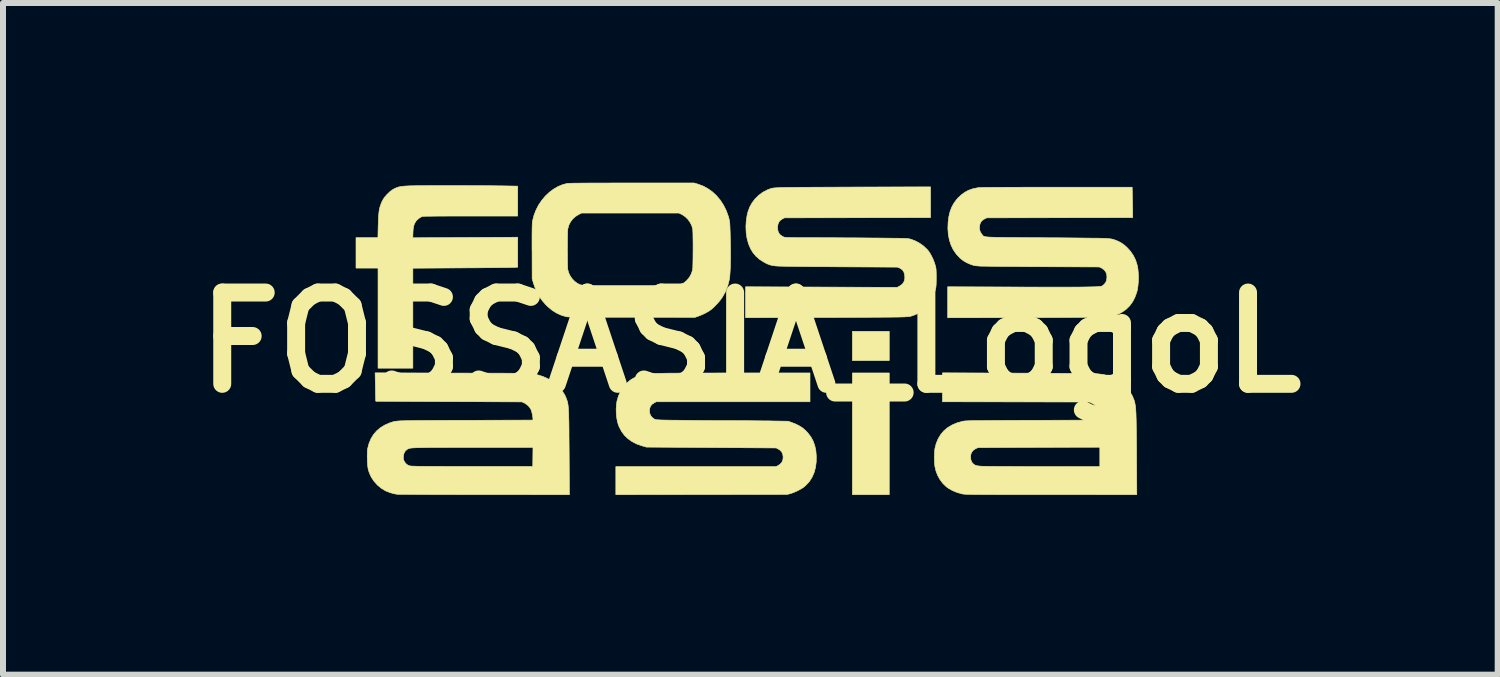
<source format=kicad_pcb>
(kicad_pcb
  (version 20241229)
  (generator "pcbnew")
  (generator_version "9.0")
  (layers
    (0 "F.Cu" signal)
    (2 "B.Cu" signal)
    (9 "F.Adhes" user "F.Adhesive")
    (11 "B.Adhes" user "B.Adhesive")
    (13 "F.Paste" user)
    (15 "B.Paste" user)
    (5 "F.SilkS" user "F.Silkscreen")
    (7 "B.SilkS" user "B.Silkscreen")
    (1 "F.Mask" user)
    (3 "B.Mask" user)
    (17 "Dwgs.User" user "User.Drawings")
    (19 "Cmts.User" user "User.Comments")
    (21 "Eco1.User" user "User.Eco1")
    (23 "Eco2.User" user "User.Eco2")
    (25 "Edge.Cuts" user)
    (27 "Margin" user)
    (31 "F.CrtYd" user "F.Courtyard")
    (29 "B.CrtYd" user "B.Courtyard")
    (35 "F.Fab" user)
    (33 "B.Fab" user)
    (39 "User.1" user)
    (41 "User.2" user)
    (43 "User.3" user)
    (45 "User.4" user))
  (footprint "FOSSASIA_LogoL"
    (layer "F.Cu")
    (at 9.478 2.669)
    (property "Reference" "FOSSASIA_LogoL" (at 0 0 0) (layer "F.SilkS") (effects (font (size 1.524 1.524) (thickness 0.3))))
    (attr through_hole)
    (fp_poly (pts (xy 2.319 0.301) (xy 1.704 0.301) (xy 1.704 -0.187) (xy 2.319 -0.187) (xy 2.319 0.301)) (stroke (width 0.01) (type solid)) (fill yes) (layer "F.SilkS"))
    (fp_poly (pts (xy 2.319 2.54) (xy 1.704 2.54) (xy 1.704 0.508) (xy 2.319 0.508) (xy 2.319 2.54)) (stroke (width 0.01) (type solid)) (fill yes) (layer "F.SilkS"))
    (fp_poly (pts (xy -4.967 -2.62) (xy -4.867 -2.62) (xy -4.766 -2.62) (xy -4.667 -2.619) (xy -4.572 -2.619) (xy -4.481 -2.619) (xy -4.396 -2.618) (xy -4.319 -2.618) (xy -4.25 -2.617) (xy -4.193 -2.616) (xy -4.149 -2.616) (xy -3.884 -2.611) (xy -3.884 -2.112) (xy -4.667 -2.112) (xy -4.796 -2.112) (xy -4.914 -2.112) (xy -5.022 -2.112) (xy -5.119 -2.111) (xy -5.205 -2.111) (xy -5.28 -2.11) (xy -5.344 -2.109) (xy -5.395 -2.109) (xy -5.434 -2.108) (xy -5.46 -2.107) (xy -5.474 -2.106) (xy -5.475 -2.106) (xy -5.503 -2.093) (xy -5.534 -2.073) (xy -5.563 -2.048) (xy -5.582 -2.027) (xy -5.601 -1.996) (xy -5.616 -1.963) (xy -5.625 -1.925) (xy -5.631 -1.878) (xy -5.633 -1.835) (xy -5.636 -1.749) (xy -3.884 -1.758) (xy -3.884 -1.258) (xy -3.979 -1.254) (xy -3.998 -1.254) (xy -4.03 -1.253) (xy -4.073 -1.252) (xy -4.126 -1.252) (xy -4.189 -1.251) (xy -4.261 -1.25) (xy -4.34 -1.249) (xy -4.425 -1.249) (xy -4.517 -1.248) (xy -4.613 -1.247) (xy -4.712 -1.247) (xy -4.815 -1.246) (xy -4.854 -1.246) (xy -5.635 -1.241) (xy -5.635 0.428) (xy -6.216 0.428) (xy -6.216 -1.243) (xy -6.584 -1.243) (xy -6.584 -1.751) (xy -6.218 -1.751) (xy -6.214 -1.933) (xy -6.211 -2.004) (xy -6.209 -2.064) (xy -6.207 -2.113) (xy -6.203 -2.155) (xy -6.199 -2.19) (xy -6.194 -2.221) (xy -6.188 -2.248) (xy -6.18 -2.276) (xy -6.175 -2.289) (xy -6.156 -2.342) (xy -6.133 -2.386) (xy -6.106 -2.427) (xy -6.07 -2.468) (xy -6.064 -2.474) (xy -6.021 -2.516) (xy -5.98 -2.548) (xy -5.94 -2.571) (xy -5.902 -2.587) (xy -5.886 -2.592) (xy -5.87 -2.597) (xy -5.854 -2.601) (xy -5.836 -2.604) (xy -5.815 -2.607) (xy -5.791 -2.61) (xy -5.763 -2.612) (xy -5.73 -2.614) (xy -5.692 -2.616) (xy -5.647 -2.617) (xy -5.594 -2.618) (xy -5.533 -2.619) (xy -5.463 -2.619) (xy -5.383 -2.62) (xy -5.292 -2.62) (xy -5.19 -2.62) (xy -5.075 -2.62) (xy -5.067 -2.62) (xy -4.967 -2.62)) (stroke (width 0.01) (type solid)) (fill yes) (layer "F.SilkS"))
    (fp_poly (pts (xy 0.996 0.989) (xy -1.571 0.989) (xy -1.603 1.005) (xy -1.64 1.03) (xy -1.666 1.06) (xy -1.68 1.098) (xy -1.684 1.14) (xy -1.679 1.186) (xy -1.661 1.225) (xy -1.633 1.257) (xy -1.601 1.279) (xy -1.594 1.282) (xy -1.587 1.284) (xy -1.578 1.287) (xy -1.566 1.289) (xy -1.549 1.29) (xy -1.527 1.291) (xy -1.498 1.293) (xy -1.462 1.294) (xy -1.416 1.295) (xy -1.361 1.296) (xy -1.293 1.297) (xy -1.247 1.297) (xy -1.182 1.298) (xy -1.107 1.299) (xy -1.023 1.3) (xy -0.931 1.301) (xy -0.835 1.302) (xy -0.736 1.302) (xy -0.637 1.303) (xy -0.539 1.303) (xy -0.445 1.304) (xy -0.414 1.304) (xy -0.324 1.304) (xy -0.232 1.304) (xy -0.138 1.305) (xy -0.045 1.305) (xy 0.045 1.306) (xy 0.13 1.307) (xy 0.208 1.308) (xy 0.278 1.308) (xy 0.337 1.309) (xy 0.361 1.31) (xy 0.632 1.314) (xy 0.685 1.333) (xy 0.757 1.361) (xy 0.819 1.392) (xy 0.873 1.427) (xy 0.923 1.47) (xy 0.963 1.513) (xy 1.011 1.576) (xy 1.048 1.645) (xy 1.075 1.719) (xy 1.093 1.8) (xy 1.101 1.891) (xy 1.101 1.892) (xy 1.1 1.993) (xy 1.088 2.085) (xy 1.065 2.17) (xy 1.031 2.248) (xy 0.987 2.318) (xy 0.931 2.379) (xy 0.901 2.407) (xy 0.865 2.432) (xy 0.82 2.458) (xy 0.771 2.483) (xy 0.72 2.505) (xy 0.673 2.521) (xy 0.672 2.521) (xy 0.618 2.536) (xy -0.814 2.538) (xy -2.246 2.54) (xy -2.246 2.072) (xy 0.428 2.072) (xy 0.46 2.056) (xy 0.499 2.03) (xy 0.527 1.998) (xy 0.543 1.959) (xy 0.548 1.915) (xy 0.542 1.869) (xy 0.526 1.83) (xy 0.497 1.798) (xy 0.461 1.775) (xy 0.431 1.76) (xy -1.735 1.746) (xy -1.808 1.725) (xy -1.897 1.694) (xy -1.975 1.654) (xy -2.044 1.605) (xy -2.103 1.548) (xy -2.152 1.481) (xy -2.191 1.406) (xy -2.207 1.364) (xy -2.222 1.307) (xy -2.233 1.242) (xy -2.239 1.172) (xy -2.24 1.102) (xy -2.235 1.034) (xy -2.227 0.979) (xy -2.203 0.895) (xy -2.168 0.816) (xy -2.123 0.745) (xy -2.069 0.682) (xy -2.006 0.629) (xy -1.996 0.622) (xy -1.965 0.603) (xy -1.925 0.582) (xy -1.882 0.563) (xy -1.84 0.546) (xy -1.804 0.533) (xy -1.798 0.532) (xy -1.786 0.529) (xy -1.77 0.527) (xy -1.749 0.524) (xy -1.724 0.522) (xy -1.694 0.52) (xy -1.658 0.519) (xy -1.616 0.517) (xy -1.567 0.516) (xy -1.511 0.515) (xy -1.447 0.513) (xy -1.375 0.512) (xy -1.295 0.512) (xy -1.205 0.511) (xy -1.106 0.51) (xy -0.996 0.51) (xy -0.876 0.509) (xy -0.745 0.509) (xy -0.602 0.509) (xy -0.447 0.508) (xy -0.28 0.508) (xy -0.175 0.508) (xy 0.996 0.508) (xy 0.996 0.989)) (stroke (width 0.01) (type solid)) (fill yes) (layer "F.SilkS"))
    (fp_poly (pts (xy 4.457 0.511) (xy 4.586 0.511) (xy 4.713 0.512) (xy 4.837 0.513) (xy 4.956 0.513) (xy 5.07 0.514) (xy 5.179 0.515) (xy 5.282 0.515) (xy 5.377 0.516) (xy 5.464 0.517) (xy 5.543 0.518) (xy 5.613 0.518) (xy 5.673 0.519) (xy 5.722 0.52) (xy 5.76 0.521) (xy 5.786 0.521) (xy 5.797 0.522) (xy 5.897 0.535) (xy 5.991 0.56) (xy 6.082 0.599) (xy 6.165 0.647) (xy 6.23 0.699) (xy 6.289 0.758) (xy 6.339 0.824) (xy 6.38 0.895) (xy 6.409 0.968) (xy 6.42 1.009) (xy 6.423 1.028) (xy 6.427 1.048) (xy 6.43 1.07) (xy 6.433 1.095) (xy 6.435 1.124) (xy 6.437 1.157) (xy 6.439 1.195) (xy 6.44 1.24) (xy 6.442 1.292) (xy 6.443 1.351) (xy 6.444 1.419) (xy 6.445 1.497) (xy 6.446 1.585) (xy 6.447 1.684) (xy 6.448 1.796) (xy 6.448 1.877) (xy 6.452 2.54) (xy 5.019 2.539) (xy 4.856 2.539) (xy 4.705 2.539) (xy 4.566 2.539) (xy 4.44 2.539) (xy 4.324 2.539) (xy 4.219 2.539) (xy 4.124 2.539) (xy 4.039 2.538) (xy 3.963 2.538) (xy 3.895 2.538) (xy 3.835 2.537) (xy 3.783 2.537) (xy 3.737 2.537) (xy 3.698 2.536) (xy 3.665 2.535) (xy 3.637 2.535) (xy 3.613 2.534) (xy 3.594 2.533) (xy 3.578 2.532) (xy 3.565 2.531) (xy 3.555 2.53) (xy 3.546 2.529) (xy 3.539 2.528) (xy 3.536 2.527) (xy 3.451 2.503) (xy 3.377 2.473) (xy 3.311 2.436) (xy 3.271 2.407) (xy 3.216 2.354) (xy 3.168 2.291) (xy 3.128 2.22) (xy 3.099 2.144) (xy 3.081 2.068) (xy 3.078 2.039) (xy 3.075 2) (xy 3.074 1.956) (xy 3.074 1.911) (xy 3.676 1.911) (xy 3.682 1.958) (xy 3.697 1.997) (xy 3.723 2.027) (xy 3.752 2.047) (xy 3.769 2.053) (xy 3.79 2.058) (xy 3.819 2.062) (xy 3.859 2.065) (xy 3.86 2.065) (xy 3.876 2.066) (xy 3.905 2.066) (xy 3.945 2.067) (xy 3.997 2.068) (xy 4.058 2.068) (xy 4.128 2.069) (xy 4.207 2.069) (xy 4.294 2.069) (xy 4.387 2.07) (xy 4.485 2.07) (xy 4.589 2.071) (xy 4.697 2.071) (xy 4.808 2.071) (xy 4.888 2.071) (xy 5.835 2.072) (xy 5.835 1.748) (xy 5.095 1.749) (xy 4.99 1.75) (xy 4.884 1.75) (xy 4.778 1.75) (xy 4.674 1.751) (xy 4.573 1.751) (xy 4.477 1.751) (xy 4.386 1.752) (xy 4.303 1.752) (xy 4.228 1.752) (xy 4.162 1.753) (xy 4.108 1.753) (xy 4.077 1.753) (xy 3.8 1.755) (xy 3.762 1.772) (xy 3.725 1.796) (xy 3.697 1.828) (xy 3.681 1.868) (xy 3.676 1.911) (xy 3.074 1.911) (xy 3.074 1.909) (xy 3.074 1.863) (xy 3.076 1.822) (xy 3.079 1.789) (xy 3.081 1.773) (xy 3.103 1.686) (xy 3.136 1.607) (xy 3.179 1.536) (xy 3.231 1.474) (xy 3.294 1.421) (xy 3.367 1.377) (xy 3.449 1.342) (xy 3.541 1.316) (xy 3.559 1.313) (xy 3.568 1.311) (xy 3.578 1.31) (xy 3.591 1.309) (xy 3.608 1.308) (xy 3.629 1.307) (xy 3.655 1.306) (xy 3.685 1.305) (xy 3.722 1.304) (xy 3.766 1.304) (xy 3.816 1.303) (xy 3.874 1.303) (xy 3.941 1.302) (xy 4.016 1.302) (xy 4.101 1.301) (xy 4.196 1.301) (xy 4.302 1.3) (xy 4.42 1.3) (xy 4.549 1.299) (xy 4.691 1.299) (xy 4.727 1.299) (xy 5.841 1.295) (xy 5.837 1.254) (xy 5.829 1.19) (xy 5.815 1.136) (xy 5.793 1.092) (xy 5.765 1.057) (xy 5.728 1.028) (xy 5.695 1.01) (xy 5.658 0.993) (xy 4.433 0.991) (xy 3.208 0.989) (xy 3.208 0.506) (xy 4.457 0.511)) (stroke (width 0.01) (type solid)) (fill yes) (layer "F.SilkS"))
    (fp_poly (pts (xy 3.008 -2.086) (xy 1.79 -2.084) (xy 0.572 -2.082) (xy 0.54 -2.067) (xy 0.504 -2.044) (xy 0.479 -2.016) (xy 0.463 -1.98) (xy 0.455 -1.936) (xy 0.455 -1.912) (xy 0.46 -1.865) (xy 0.476 -1.826) (xy 0.502 -1.795) (xy 0.541 -1.77) (xy 0.554 -1.764) (xy 0.56 -1.761) (xy 0.567 -1.759) (xy 0.576 -1.758) (xy 0.588 -1.756) (xy 0.604 -1.755) (xy 0.625 -1.754) (xy 0.652 -1.753) (xy 0.685 -1.752) (xy 0.727 -1.752) (xy 0.777 -1.751) (xy 0.836 -1.751) (xy 0.907 -1.751) (xy 0.989 -1.751) (xy 1.065 -1.751) (xy 1.156 -1.75) (xy 1.258 -1.75) (xy 1.368 -1.75) (xy 1.484 -1.749) (xy 1.603 -1.748) (xy 1.721 -1.748) (xy 1.838 -1.747) (xy 1.949 -1.746) (xy 2.053 -1.745) (xy 2.089 -1.745) (xy 2.187 -1.744) (xy 2.272 -1.743) (xy 2.346 -1.742) (xy 2.41 -1.741) (xy 2.463 -1.741) (xy 2.508 -1.74) (xy 2.546 -1.739) (xy 2.576 -1.738) (xy 2.601 -1.737) (xy 2.62 -1.735) (xy 2.636 -1.734) (xy 2.649 -1.732) (xy 2.659 -1.73) (xy 2.668 -1.728) (xy 2.677 -1.726) (xy 2.677 -1.726) (xy 2.753 -1.697) (xy 2.826 -1.658) (xy 2.892 -1.611) (xy 2.948 -1.558) (xy 2.968 -1.536) (xy 2.997 -1.494) (xy 3.026 -1.443) (xy 3.052 -1.388) (xy 3.074 -1.331) (xy 3.086 -1.293) (xy 3.092 -1.27) (xy 3.097 -1.249) (xy 3.1 -1.228) (xy 3.102 -1.206) (xy 3.103 -1.178) (xy 3.104 -1.142) (xy 3.104 -1.096) (xy 3.104 -1.086) (xy 3.104 -1.032) (xy 3.103 -0.988) (xy 3.101 -0.951) (xy 3.098 -0.92) (xy 3.092 -0.89) (xy 3.084 -0.859) (xy 3.074 -0.825) (xy 3.07 -0.812) (xy 3.04 -0.735) (xy 3.003 -0.668) (xy 2.956 -0.607) (xy 2.923 -0.574) (xy 2.866 -0.527) (xy 2.803 -0.488) (xy 2.732 -0.457) (xy 2.68 -0.44) (xy 2.673 -0.438) (xy 2.665 -0.436) (xy 2.655 -0.435) (xy 2.642 -0.433) (xy 2.627 -0.432) (xy 2.609 -0.431) (xy 2.587 -0.429) (xy 2.561 -0.428) (xy 2.53 -0.427) (xy 2.494 -0.426) (xy 2.451 -0.425) (xy 2.403 -0.425) (xy 2.348 -0.424) (xy 2.285 -0.423) (xy 2.214 -0.423) (xy 2.135 -0.422) (xy 2.047 -0.422) (xy 1.95 -0.421) (xy 1.843 -0.421) (xy 1.725 -0.42) (xy 1.596 -0.42) (xy 1.456 -0.419) (xy 1.303 -0.419) (xy 1.139 -0.418) (xy 1.034 -0.418) (xy -0.08 -0.415) (xy -0.08 -0.931) (xy 2.451 -0.921) (xy 2.493 -0.943) (xy 2.532 -0.97) (xy 2.559 -1.003) (xy 2.575 -1.043) (xy 2.58 -1.09) (xy 2.574 -1.144) (xy 2.574 -1.145) (xy 2.56 -1.184) (xy 2.538 -1.214) (xy 2.505 -1.237) (xy 2.492 -1.244) (xy 2.456 -1.259) (xy 1.511 -1.264) (xy 1.397 -1.265) (xy 1.286 -1.266) (xy 1.179 -1.267) (xy 1.075 -1.267) (xy 0.977 -1.268) (xy 0.885 -1.269) (xy 0.799 -1.27) (xy 0.721 -1.271) (xy 0.651 -1.272) (xy 0.591 -1.273) (xy 0.541 -1.274) (xy 0.502 -1.275) (xy 0.475 -1.276) (xy 0.465 -1.276) (xy 0.413 -1.28) (xy 0.372 -1.286) (xy 0.336 -1.294) (xy 0.303 -1.305) (xy 0.268 -1.32) (xy 0.236 -1.337) (xy 0.161 -1.383) (xy 0.098 -1.437) (xy 0.045 -1.499) (xy 0.003 -1.568) (xy -0.03 -1.647) (xy -0.032 -1.653) (xy -0.056 -1.742) (xy -0.07 -1.838) (xy -0.074 -1.936) (xy -0.068 -2.035) (xy -0.053 -2.13) (xy -0.04 -2.182) (xy -0.011 -2.261) (xy 0.03 -2.334) (xy 0.081 -2.401) (xy 0.142 -2.46) (xy 0.21 -2.51) (xy 0.285 -2.549) (xy 0.315 -2.561) (xy 0.336 -2.568) (xy 0.355 -2.574) (xy 0.374 -2.578) (xy 0.397 -2.581) (xy 0.426 -2.583) (xy 0.464 -2.585) (xy 0.494 -2.587) (xy 0.514 -2.588) (xy 0.547 -2.588) (xy 0.591 -2.589) (xy 0.646 -2.59) (xy 0.712 -2.59) (xy 0.787 -2.591) (xy 0.871 -2.592) (xy 0.963 -2.592) (xy 1.063 -2.593) (xy 1.168 -2.593) (xy 1.28 -2.594) (xy 1.396 -2.594) (xy 1.517 -2.595) (xy 1.641 -2.595) (xy 1.768 -2.596) (xy 1.813 -2.596) (xy 3.008 -2.599) (xy 3.008 -2.086)) (stroke (width 0.01) (type solid)) (fill yes) (layer "F.SilkS"))
    (fp_poly (pts (xy -0.886 -2.648) (xy -0.796 -2.616) (xy -0.713 -2.572) (xy -0.635 -2.517) (xy -0.565 -2.452) (xy -0.502 -2.377) (xy -0.448 -2.294) (xy -0.403 -2.204) (xy -0.367 -2.106) (xy -0.354 -2.056) (xy -0.35 -2.041) (xy -0.348 -2.024) (xy -0.345 -2.004) (xy -0.343 -1.98) (xy -0.341 -1.95) (xy -0.34 -1.913) (xy -0.338 -1.867) (xy -0.336 -1.812) (xy -0.335 -1.744) (xy -0.334 -1.718) (xy -0.332 -1.607) (xy -0.331 -1.503) (xy -0.331 -1.406) (xy -0.333 -1.317) (xy -0.335 -1.238) (xy -0.339 -1.168) (xy -0.343 -1.11) (xy -0.349 -1.064) (xy -0.351 -1.053) (xy -0.376 -0.952) (xy -0.412 -0.856) (xy -0.462 -0.766) (xy -0.487 -0.729) (xy -0.512 -0.696) (xy -0.543 -0.66) (xy -0.578 -0.623) (xy -0.612 -0.588) (xy -0.644 -0.56) (xy -0.657 -0.549) (xy -0.695 -0.523) (xy -0.742 -0.496) (xy -0.793 -0.471) (xy -0.845 -0.449) (xy -0.864 -0.442) (xy -0.923 -0.421) (xy -1.977 -0.422) (xy -2.121 -0.422) (xy -2.253 -0.422) (xy -2.372 -0.422) (xy -2.479 -0.422) (xy -2.576 -0.422) (xy -2.661 -0.423) (xy -2.737 -0.423) (xy -2.804 -0.424) (xy -2.861 -0.424) (xy -2.91 -0.425) (xy -2.952 -0.425) (xy -2.987 -0.426) (xy -3.014 -0.427) (xy -3.036 -0.428) (xy -3.053 -0.429) (xy -3.065 -0.43) (xy -3.071 -0.431) (xy -3.156 -0.456) (xy -3.235 -0.492) (xy -3.31 -0.539) (xy -3.382 -0.599) (xy -3.414 -0.63) (xy -3.475 -0.7) (xy -3.526 -0.773) (xy -3.568 -0.852) (xy -3.604 -0.939) (xy -3.623 -0.997) (xy -3.643 -1.065) (xy -3.644 -1.52) (xy -3.645 -1.536) (xy -3.055 -1.536) (xy -3.054 -1.475) (xy -3.054 -1.417) (xy -3.053 -1.363) (xy -3.053 -1.314) (xy -3.051 -1.273) (xy -3.05 -1.242) (xy -3.049 -1.221) (xy -3.048 -1.216) (xy -3.032 -1.162) (xy -3.007 -1.11) (xy -2.974 -1.063) (xy -2.934 -1.022) (xy -2.89 -0.989) (xy -2.844 -0.966) (xy -2.801 -0.956) (xy -2.787 -0.955) (xy -2.761 -0.954) (xy -2.724 -0.953) (xy -2.677 -0.952) (xy -2.62 -0.952) (xy -2.556 -0.951) (xy -2.485 -0.951) (xy -2.408 -0.951) (xy -2.326 -0.95) (xy -2.24 -0.95) (xy -2.152 -0.95) (xy -2.062 -0.95) (xy -1.971 -0.95) (xy -1.881 -0.95) (xy -1.792 -0.95) (xy -1.705 -0.95) (xy -1.622 -0.951) (xy -1.544 -0.951) (xy -1.471 -0.952) (xy -1.405 -0.952) (xy -1.346 -0.953) (xy -1.296 -0.954) (xy -1.256 -0.954) (xy -1.227 -0.955) (xy -1.21 -0.956) (xy -1.206 -0.956) (xy -1.157 -0.971) (xy -1.111 -0.995) (xy -1.068 -1.03) (xy -1.058 -1.04) (xy -1.016 -1.091) (xy -0.985 -1.148) (xy -0.966 -1.208) (xy -0.963 -1.23) (xy -0.961 -1.249) (xy -0.96 -1.28) (xy -0.959 -1.32) (xy -0.958 -1.368) (xy -0.957 -1.422) (xy -0.957 -1.48) (xy -0.956 -1.54) (xy -0.956 -1.601) (xy -0.956 -1.66) (xy -0.957 -1.717) (xy -0.958 -1.769) (xy -0.958 -1.815) (xy -0.96 -1.852) (xy -0.961 -1.88) (xy -0.962 -1.895) (xy -0.978 -1.951) (xy -1.005 -2.005) (xy -1.041 -2.056) (xy -1.085 -2.099) (xy -1.134 -2.133) (xy -1.146 -2.139) (xy -1.193 -2.162) (xy -2.818 -2.162) (xy -2.864 -2.139) (xy -2.918 -2.106) (xy -2.965 -2.064) (xy -3.003 -2.014) (xy -3.031 -1.959) (xy -3.047 -1.901) (xy -3.048 -1.898) (xy -3.049 -1.881) (xy -3.051 -1.852) (xy -3.052 -1.814) (xy -3.053 -1.767) (xy -3.054 -1.714) (xy -3.054 -1.657) (xy -3.055 -1.597) (xy -3.055 -1.536) (xy -3.645 -1.536) (xy -3.645 -1.611) (xy -3.645 -1.689) (xy -3.645 -1.756) (xy -3.645 -1.813) (xy -3.644 -1.861) (xy -3.644 -1.901) (xy -3.643 -1.934) (xy -3.642 -1.961) (xy -3.641 -1.982) (xy -3.64 -2.001) (xy -3.638 -2.016) (xy -3.636 -2.03) (xy -3.635 -2.036) (xy -3.612 -2.126) (xy -3.578 -2.213) (xy -3.536 -2.295) (xy -3.484 -2.372) (xy -3.425 -2.443) (xy -3.36 -2.505) (xy -3.289 -2.559) (xy -3.214 -2.603) (xy -3.135 -2.636) (xy -3.063 -2.655) (xy -3.054 -2.656) (xy -3.04 -2.657) (xy -3.02 -2.658) (xy -2.994 -2.659) (xy -2.962 -2.66) (xy -2.922 -2.661) (xy -2.874 -2.661) (xy -2.818 -2.662) (xy -2.753 -2.662) (xy -2.678 -2.663) (xy -2.593 -2.663) (xy -2.498 -2.663) (xy -2.392 -2.663) (xy -2.274 -2.664) (xy -2.144 -2.664) (xy -2.001 -2.664) (xy -0.939 -2.664) (xy -0.886 -2.648)) (stroke (width 0.01) (type solid)) (fill yes) (layer "F.SilkS"))
    (fp_poly (pts (xy 6.379 -2.412) (xy 6.38 -2.359) (xy 6.381 -2.307) (xy 6.382 -2.257) (xy 6.383 -2.213) (xy 6.383 -2.178) (xy 6.383 -2.158) (xy 6.383 -2.086) (xy 5.165 -2.084) (xy 3.947 -2.082) (xy 3.908 -2.063) (xy 3.874 -2.041) (xy 3.85 -2.014) (xy 3.834 -1.978) (xy 3.829 -1.954) (xy 3.825 -1.905) (xy 3.834 -1.86) (xy 3.855 -1.821) (xy 3.864 -1.809) (xy 3.87 -1.802) (xy 3.875 -1.795) (xy 3.879 -1.789) (xy 3.884 -1.784) (xy 3.89 -1.779) (xy 3.898 -1.775) (xy 3.908 -1.771) (xy 3.92 -1.768) (xy 3.937 -1.765) (xy 3.958 -1.763) (xy 3.983 -1.761) (xy 4.014 -1.759) (xy 4.052 -1.758) (xy 4.096 -1.756) (xy 4.148 -1.755) (xy 4.208 -1.755) (xy 4.278 -1.754) (xy 4.356 -1.753) (xy 4.445 -1.753) (xy 4.545 -1.752) (xy 4.657 -1.751) (xy 4.78 -1.751) (xy 4.876 -1.75) (xy 4.989 -1.749) (xy 5.1 -1.749) (xy 5.207 -1.748) (xy 5.311 -1.747) (xy 5.409 -1.746) (xy 5.502 -1.745) (xy 5.588 -1.744) (xy 5.666 -1.743) (xy 5.736 -1.742) (xy 5.796 -1.742) (xy 5.847 -1.741) (xy 5.886 -1.74) (xy 5.913 -1.739) (xy 5.923 -1.739) (xy 5.965 -1.736) (xy 5.997 -1.733) (xy 6.022 -1.73) (xy 6.044 -1.726) (xy 6.064 -1.72) (xy 6.087 -1.712) (xy 6.094 -1.71) (xy 6.149 -1.687) (xy 6.196 -1.661) (xy 6.239 -1.631) (xy 6.284 -1.592) (xy 6.284 -1.592) (xy 6.344 -1.527) (xy 6.394 -1.454) (xy 6.433 -1.375) (xy 6.459 -1.291) (xy 6.46 -1.287) (xy 6.471 -1.228) (xy 6.477 -1.161) (xy 6.48 -1.089) (xy 6.478 -1.017) (xy 6.472 -0.948) (xy 6.463 -0.885) (xy 6.453 -0.844) (xy 6.422 -0.758) (xy 6.383 -0.681) (xy 6.334 -0.614) (xy 6.275 -0.556) (xy 6.207 -0.508) (xy 6.166 -0.485) (xy 6.144 -0.474) (xy 6.123 -0.464) (xy 6.105 -0.456) (xy 6.086 -0.449) (xy 6.066 -0.443) (xy 6.045 -0.438) (xy 6.02 -0.434) (xy 5.99 -0.431) (xy 5.956 -0.428) (xy 5.914 -0.427) (xy 5.865 -0.425) (xy 5.807 -0.424) (xy 5.739 -0.423) (xy 5.66 -0.422) (xy 5.569 -0.421) (xy 5.568 -0.421) (xy 5.506 -0.42) (xy 5.433 -0.42) (xy 5.348 -0.419) (xy 5.255 -0.418) (xy 5.153 -0.418) (xy 5.044 -0.417) (xy 4.93 -0.417) (xy 4.812 -0.416) (xy 4.691 -0.416) (xy 4.568 -0.416) (xy 4.446 -0.415) (xy 4.324 -0.415) (xy 4.216 -0.415) (xy 3.295 -0.414) (xy 3.295 -0.931) (xy 4.407 -0.927) (xy 4.574 -0.926) (xy 4.729 -0.926) (xy 4.871 -0.925) (xy 5.002 -0.925) (xy 5.121 -0.925) (xy 5.229 -0.925) (xy 5.326 -0.925) (xy 5.414 -0.926) (xy 5.493 -0.926) (xy 5.562 -0.927) (xy 5.623 -0.928) (xy 5.676 -0.929) (xy 5.721 -0.93) (xy 5.76 -0.931) (xy 5.792 -0.933) (xy 5.818 -0.935) (xy 5.839 -0.937) (xy 5.855 -0.939) (xy 5.866 -0.942) (xy 5.873 -0.944) (xy 5.903 -0.967) (xy 5.929 -0.997) (xy 5.945 -1.032) (xy 5.948 -1.042) (xy 5.954 -1.096) (xy 5.949 -1.143) (xy 5.932 -1.183) (xy 5.904 -1.217) (xy 5.866 -1.243) (xy 5.86 -1.246) (xy 5.825 -1.262) (xy 4.867 -1.266) (xy 4.753 -1.267) (xy 4.642 -1.267) (xy 4.534 -1.268) (xy 4.431 -1.269) (xy 4.333 -1.27) (xy 4.241 -1.27) (xy 4.155 -1.271) (xy 4.078 -1.272) (xy 4.009 -1.273) (xy 3.949 -1.274) (xy 3.9 -1.275) (xy 3.861 -1.275) (xy 3.835 -1.276) (xy 3.823 -1.277) (xy 3.782 -1.28) (xy 3.751 -1.284) (xy 3.723 -1.29) (xy 3.696 -1.299) (xy 3.677 -1.305) (xy 3.62 -1.33) (xy 3.57 -1.357) (xy 3.525 -1.39) (xy 3.495 -1.416) (xy 3.437 -1.479) (xy 3.388 -1.55) (xy 3.35 -1.629) (xy 3.322 -1.716) (xy 3.305 -1.808) (xy 3.298 -1.907) (xy 3.302 -2.01) (xy 3.314 -2.101) (xy 3.333 -2.182) (xy 3.36 -2.255) (xy 3.395 -2.321) (xy 3.439 -2.382) (xy 3.468 -2.415) (xy 3.525 -2.468) (xy 3.583 -2.51) (xy 3.645 -2.543) (xy 3.714 -2.567) (xy 3.791 -2.583) (xy 3.817 -2.587) (xy 3.83 -2.587) (xy 3.856 -2.588) (xy 3.894 -2.589) (xy 3.944 -2.59) (xy 4.006 -2.59) (xy 4.079 -2.591) (xy 4.163 -2.591) (xy 4.257 -2.592) (xy 4.361 -2.592) (xy 4.474 -2.592) (xy 4.597 -2.593) (xy 4.728 -2.593) (xy 4.867 -2.593) (xy 5.014 -2.593) (xy 5.121 -2.593) (xy 6.375 -2.593) (xy 6.379 -2.412)) (stroke (width 0.01) (type solid)) (fill yes) (layer "F.SilkS"))
    (fp_poly (pts (xy -4.976 0.51) (xy -4.819 0.51) (xy -4.676 0.511) (xy -4.544 0.511) (xy -4.424 0.511) (xy -4.315 0.512) (xy -4.217 0.512) (xy -4.128 0.512) (xy -4.048 0.513) (xy -3.977 0.513) (xy -3.914 0.514) (xy -3.859 0.515) (xy -3.81 0.516) (xy -3.767 0.517) (xy -3.731 0.518) (xy -3.699 0.519) (xy -3.671 0.521) (xy -3.648 0.523) (xy -3.627 0.525) (xy -3.61 0.527) (xy -3.594 0.53) (xy -3.58 0.533) (xy -3.566 0.536) (xy -3.553 0.539) (xy -3.54 0.543) (xy -3.526 0.547) (xy -3.511 0.552) (xy -3.461 0.568) (xy -3.409 0.591) (xy -3.358 0.616) (xy -3.313 0.642) (xy -3.295 0.655) (xy -3.259 0.685) (xy -3.22 0.72) (xy -3.184 0.758) (xy -3.152 0.795) (xy -3.132 0.822) (xy -3.108 0.86) (xy -3.09 0.892) (xy -3.076 0.926) (xy -3.062 0.965) (xy -3.058 0.976) (xy -3.054 0.99) (xy -3.05 1.006) (xy -3.047 1.023) (xy -3.044 1.043) (xy -3.041 1.066) (xy -3.039 1.093) (xy -3.037 1.125) (xy -3.035 1.162) (xy -3.033 1.206) (xy -3.032 1.257) (xy -3.03 1.316) (xy -3.029 1.383) (xy -3.028 1.46) (xy -3.028 1.547) (xy -3.027 1.645) (xy -3.026 1.755) (xy -3.025 1.877) (xy -3.025 1.897) (xy -3.021 2.54) (xy -4.44 2.539) (xy -4.577 2.539) (xy -4.712 2.539) (xy -4.842 2.539) (xy -4.968 2.538) (xy -5.088 2.538) (xy -5.203 2.538) (xy -5.312 2.538) (xy -5.413 2.537) (xy -5.507 2.537) (xy -5.592 2.536) (xy -5.668 2.536) (xy -5.735 2.535) (xy -5.792 2.535) (xy -5.837 2.534) (xy -5.872 2.534) (xy -5.893 2.533) (xy -5.902 2.533) (xy -5.941 2.526) (xy -5.985 2.515) (xy -6.031 2.5) (xy -6.073 2.484) (xy -6.093 2.475) (xy -6.162 2.433) (xy -6.225 2.381) (xy -6.28 2.32) (xy -6.325 2.254) (xy -6.344 2.216) (xy -6.36 2.179) (xy -6.372 2.145) (xy -6.381 2.112) (xy -6.387 2.075) (xy -6.391 2.034) (xy -6.394 1.983) (xy -6.395 1.946) (xy -6.395 1.931) (xy -5.794 1.931) (xy -5.792 1.951) (xy -5.785 1.97) (xy -5.777 1.985) (xy -5.758 2.015) (xy -5.734 2.036) (xy -5.725 2.042) (xy -5.713 2.049) (xy -5.703 2.054) (xy -5.691 2.058) (xy -5.675 2.061) (xy -5.654 2.063) (xy -5.625 2.064) (xy -5.586 2.065) (xy -5.572 2.066) (xy -5.55 2.066) (xy -5.516 2.067) (xy -5.471 2.067) (xy -5.415 2.068) (xy -5.349 2.068) (xy -5.274 2.068) (xy -5.192 2.068) (xy -5.102 2.069) (xy -5.006 2.069) (xy -4.906 2.069) (xy -4.8 2.069) (xy -4.692 2.069) (xy -4.581 2.069) (xy -4.542 2.069) (xy -3.633 2.069) (xy -3.629 1.751) (xy -4.624 1.751) (xy -4.763 1.751) (xy -4.889 1.751) (xy -5.003 1.751) (xy -5.106 1.752) (xy -5.198 1.752) (xy -5.28 1.752) (xy -5.352 1.752) (xy -5.415 1.753) (xy -5.471 1.754) (xy -5.518 1.755) (xy -5.559 1.756) (xy -5.593 1.757) (xy -5.622 1.758) (xy -5.646 1.76) (xy -5.666 1.762) (xy -5.681 1.765) (xy -5.694 1.767) (xy -5.704 1.77) (xy -5.713 1.774) (xy -5.72 1.778) (xy -5.727 1.782) (xy -5.734 1.787) (xy -5.736 1.788) (xy -5.764 1.814) (xy -5.783 1.85) (xy -5.793 1.895) (xy -5.794 1.905) (xy -5.794 1.931) (xy -6.395 1.931) (xy -6.396 1.885) (xy -6.395 1.835) (xy -6.393 1.797) (xy -6.391 1.776) (xy -6.368 1.688) (xy -6.335 1.608) (xy -6.292 1.537) (xy -6.238 1.474) (xy -6.175 1.421) (xy -6.102 1.377) (xy -6.019 1.341) (xy -6.007 1.337) (xy -5.994 1.333) (xy -5.982 1.329) (xy -5.97 1.325) (xy -5.958 1.322) (xy -5.946 1.319) (xy -5.931 1.316) (xy -5.915 1.314) (xy -5.896 1.312) (xy -5.873 1.31) (xy -5.847 1.308) (xy -5.816 1.307) (xy -5.779 1.306) (xy -5.737 1.305) (xy -5.688 1.304) (xy -5.632 1.303) (xy -5.567 1.302) (xy -5.495 1.302) (xy -5.413 1.301) (xy -5.322 1.301) (xy -5.22 1.3) (xy -5.107 1.3) (xy -4.983 1.299) (xy -4.846 1.299) (xy -4.744 1.299) (xy -3.63 1.295) (xy -3.63 1.273) (xy -3.632 1.246) (xy -3.637 1.212) (xy -3.645 1.176) (xy -3.654 1.143) (xy -3.662 1.12) (xy -3.686 1.081) (xy -3.72 1.045) (xy -3.76 1.017) (xy -3.772 1.01) (xy -3.813 0.991) (xy -5.033 0.986) (xy -5.16 0.986) (xy -5.283 0.985) (xy -5.402 0.985) (xy -5.515 0.984) (xy -5.624 0.984) (xy -5.726 0.983) (xy -5.821 0.983) (xy -5.908 0.982) (xy -5.987 0.982) (xy -6.057 0.982) (xy -6.118 0.981) (xy -6.168 0.981) (xy -6.207 0.981) (xy -6.235 0.981) (xy -6.251 0.98) (xy -6.254 0.98) (xy -6.255 0.974) (xy -6.255 0.955) (xy -6.256 0.926) (xy -6.257 0.888) (xy -6.258 0.843) (xy -6.259 0.793) (xy -6.26 0.743) (xy -6.265 0.506) (xy -4.976 0.51)) (stroke (width 0.01) (type solid)) (fill yes) (layer "F.SilkS")))
  (gr_rect
    (start -3 -3)
    (end 21.956 8.214)
    (stroke (width 0.1) (type default))
    (fill no)
    (layer "Edge.Cuts")))
</source>
